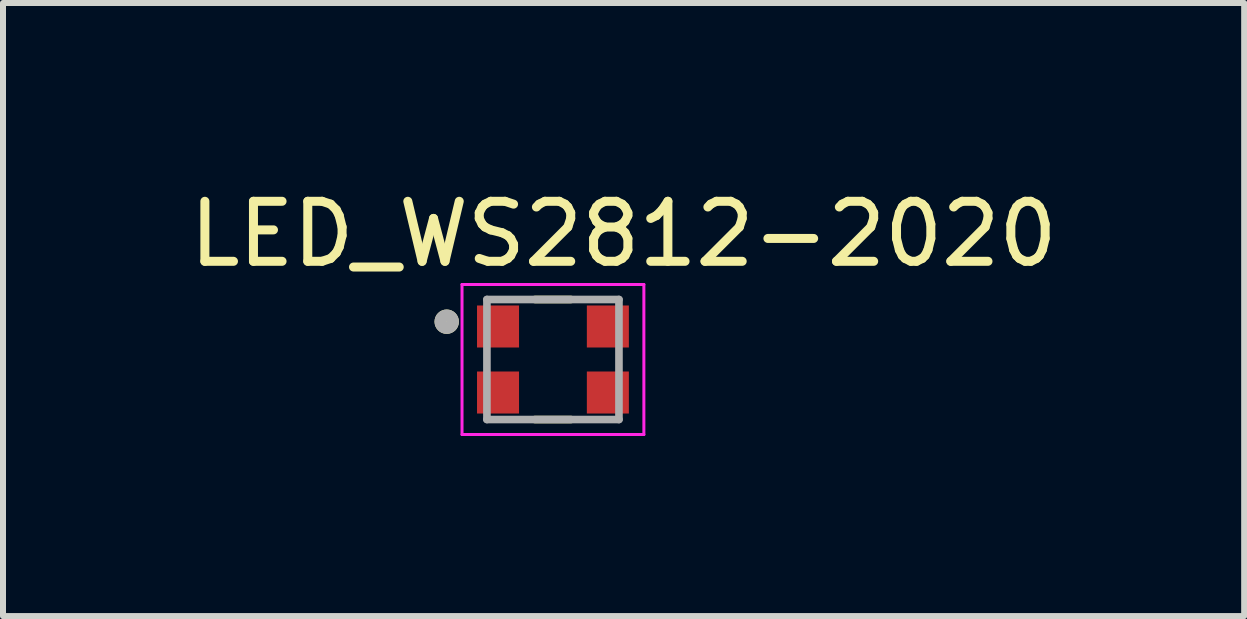
<source format=kicad_pcb>
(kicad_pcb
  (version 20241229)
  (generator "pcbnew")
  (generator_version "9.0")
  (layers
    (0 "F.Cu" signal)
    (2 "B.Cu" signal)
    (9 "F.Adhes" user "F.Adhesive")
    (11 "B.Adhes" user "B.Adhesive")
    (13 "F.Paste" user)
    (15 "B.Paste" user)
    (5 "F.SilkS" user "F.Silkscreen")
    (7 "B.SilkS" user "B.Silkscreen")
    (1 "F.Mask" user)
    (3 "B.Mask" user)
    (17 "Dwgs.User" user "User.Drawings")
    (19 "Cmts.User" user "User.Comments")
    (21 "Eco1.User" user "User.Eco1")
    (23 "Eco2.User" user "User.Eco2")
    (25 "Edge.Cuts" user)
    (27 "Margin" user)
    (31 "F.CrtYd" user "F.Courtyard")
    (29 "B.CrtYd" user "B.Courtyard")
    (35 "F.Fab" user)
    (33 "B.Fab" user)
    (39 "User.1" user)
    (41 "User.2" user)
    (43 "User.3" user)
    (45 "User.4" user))
  (footprint "LED_WS2812-2020"
    (layer "F.Cu")
    (at 6.163 2.94)
    (property "Reference" "LED_WS2812-2020" (at 1.177 -2.091 0) (layer "F.SilkS") (effects (font (size 1 1) (thickness 0.15))))
    (attr through_hole)
    (fp_line (start -0.3 -1) (end 0.3 -1) (stroke (width 0.127) (type solid)) (layer "F.SilkS"))
    (fp_line (start -0.3 1) (end 0.3 1) (stroke (width 0.127) (type solid)) (layer "F.SilkS"))
    (fp_circle (center -1.77 -0.63) (end -1.667 -0.63) (stroke (width 0.2) (type solid)) (fill no) (layer "F.SilkS"))
    (fp_line (start -1.515 -1.25) (end -1.515 1.25) (stroke (width 0.05) (type solid)) (layer "F.CrtYd"))
    (fp_line (start -1.515 1.25) (end 1.515 1.25) (stroke (width 0.05) (type solid)) (layer "F.CrtYd"))
    (fp_line (start 1.515 -1.25) (end -1.515 -1.25) (stroke (width 0.05) (type solid)) (layer "F.CrtYd"))
    (fp_line (start 1.515 1.25) (end 1.515 -1.25) (stroke (width 0.05) (type solid)) (layer "F.CrtYd"))
    (fp_line (start -1.1 -1) (end 1.1 -1) (stroke (width 0.127) (type solid)) (layer "F.Fab"))
    (fp_line (start -1.1 1) (end -1.1 -1) (stroke (width 0.127) (type solid)) (layer "F.Fab"))
    (fp_line (start 1.1 -1) (end 1.1 1) (stroke (width 0.127) (type solid)) (layer "F.Fab"))
    (fp_line (start 1.1 1) (end -1.1 1) (stroke (width 0.127) (type solid)) (layer "F.Fab"))
    (fp_circle (center -1.77 -0.63) (end -1.667 -0.63) (stroke (width 0.2) (type solid)) (fill no) (layer "F.Fab"))
    (pad "1" smd rect (at -0.915 -0.55) (size 0.7 0.7) (layers "F.Cu" "F.Mask" "F.Paste"))
    (pad "2" smd rect (at -0.915 0.55) (size 0.7 0.7) (layers "F.Cu" "F.Mask" "F.Paste"))
    (pad "3" smd rect (at 0.915 0.55) (size 0.7 0.7) (layers "F.Cu" "F.Mask" "F.Paste"))
    (pad "4" smd rect (at 0.915 -0.55) (size 0.7 0.7) (layers "F.Cu" "F.Mask" "F.Paste")))
  (gr_rect
    (start -3 -3)
    (end 17.68 7.215)
    (stroke (width 0.1) (type default))
    (fill no)
    (layer "Edge.Cuts")))
</source>
